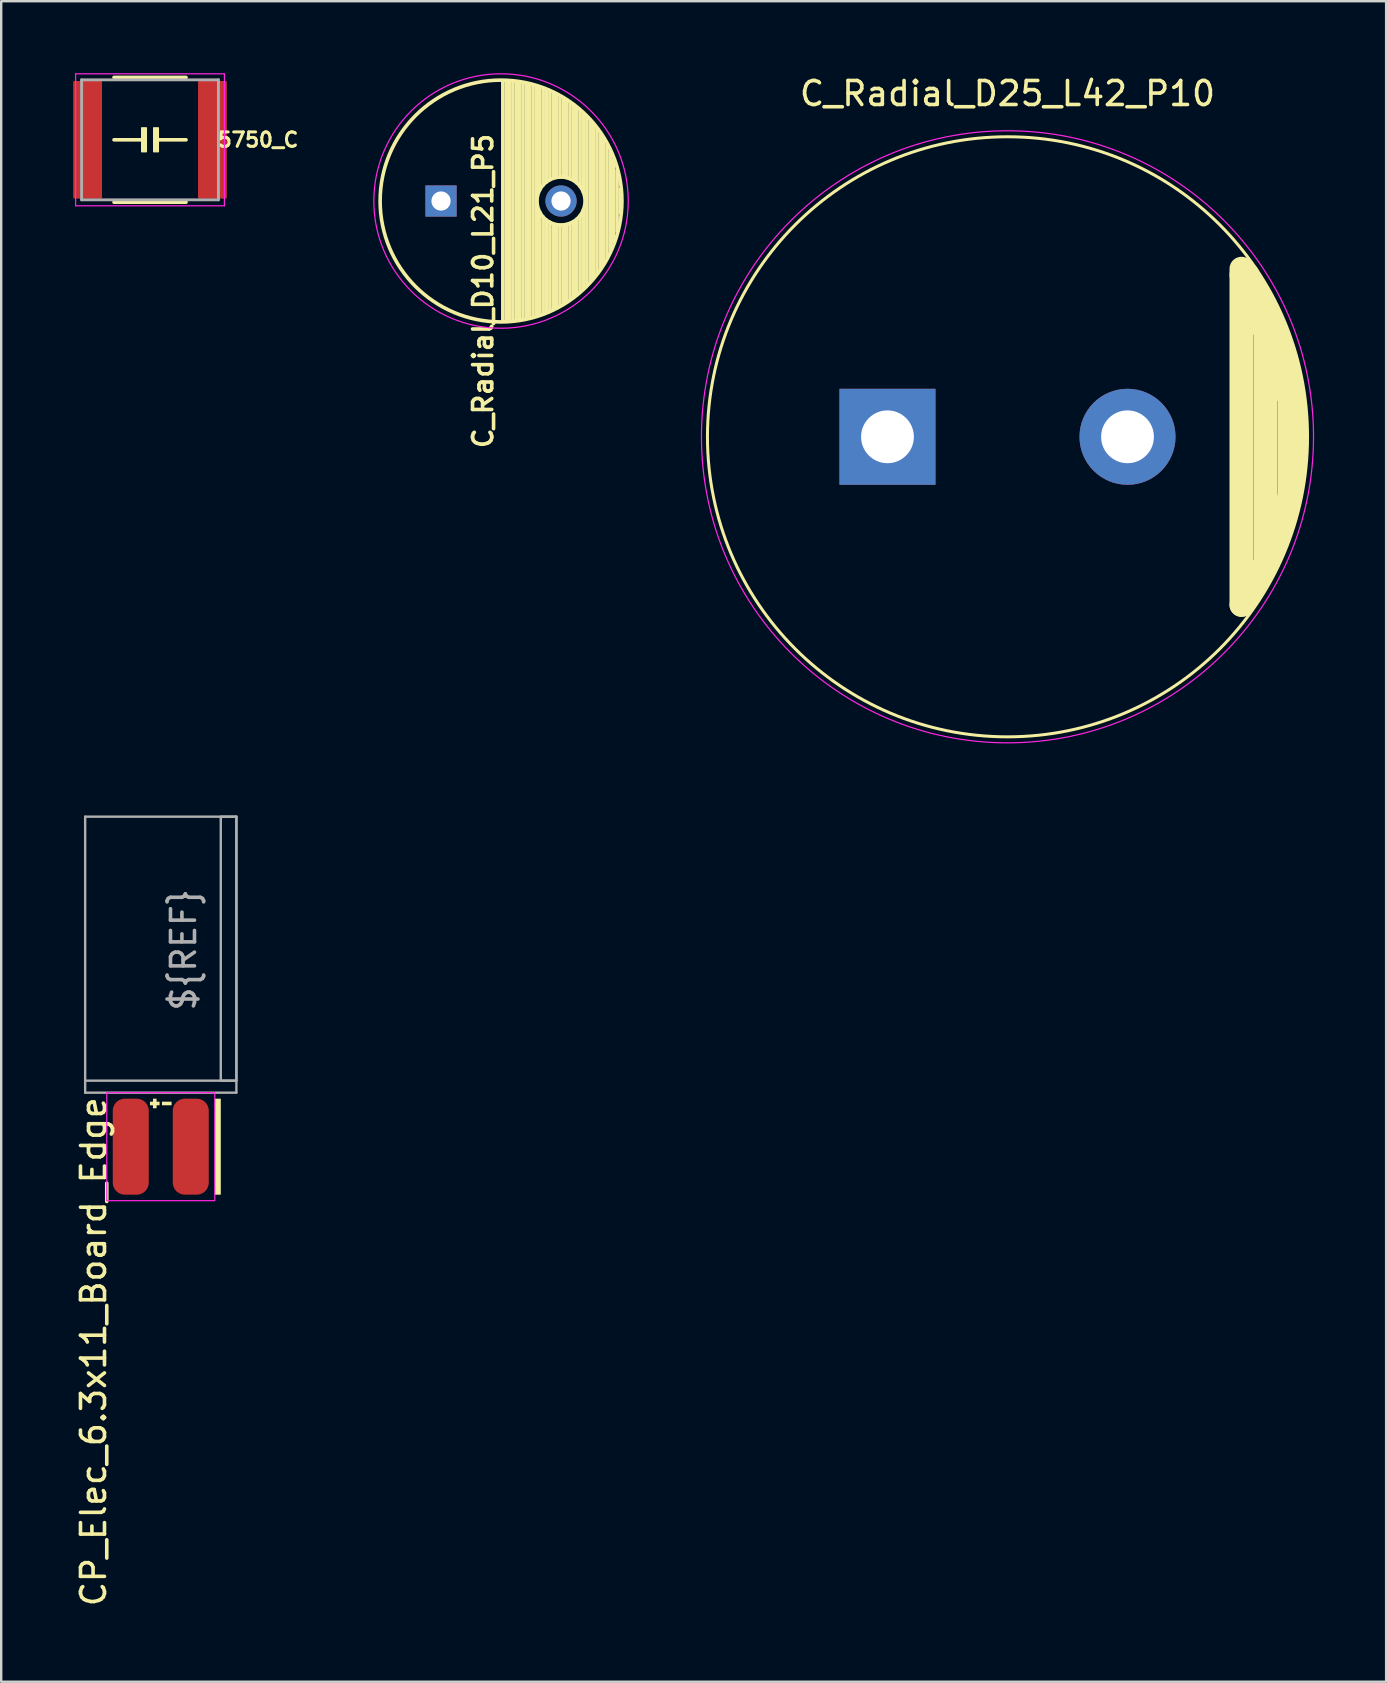
<source format=kicad_pcb>
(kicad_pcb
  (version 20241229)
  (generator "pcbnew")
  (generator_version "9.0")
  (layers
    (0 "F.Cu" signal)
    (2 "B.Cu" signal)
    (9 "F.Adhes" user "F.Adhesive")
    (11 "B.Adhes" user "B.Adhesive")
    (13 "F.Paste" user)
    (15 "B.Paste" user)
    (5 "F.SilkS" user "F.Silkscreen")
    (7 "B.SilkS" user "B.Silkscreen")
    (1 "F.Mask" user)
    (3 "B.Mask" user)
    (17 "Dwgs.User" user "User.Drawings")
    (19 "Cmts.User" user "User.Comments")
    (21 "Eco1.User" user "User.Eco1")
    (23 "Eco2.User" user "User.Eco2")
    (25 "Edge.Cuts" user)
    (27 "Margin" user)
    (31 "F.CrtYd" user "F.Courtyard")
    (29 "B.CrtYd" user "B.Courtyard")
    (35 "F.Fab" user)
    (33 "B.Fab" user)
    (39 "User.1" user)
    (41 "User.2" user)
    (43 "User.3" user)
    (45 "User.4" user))
  (footprint "5750_C"
    (layer "F.Cu")
    (at 3.2 2.775)
    (property "Reference" "5750_C" (at 4.5 0 0) (layer "F.SilkS") (effects (font (size 0.6 0.6) (thickness 0.125))))
    (attr smd)
    (fp_line (start -1.5 -2.6) (end 1.5 -2.6) (stroke (width 0.15) (type solid)) (layer "F.SilkS"))
    (fp_line (start -1.5 2.6) (end 1.5 2.6) (stroke (width 0.15) (type solid)) (layer "F.SilkS"))
    (fp_line (start -0.2 0) (end -1.5 0) (stroke (width 0.15) (type solid)) (layer "F.SilkS"))
    (fp_line (start 0.2 0) (end 1.5 0) (stroke (width 0.15) (type solid)) (layer "F.SilkS"))
    (fp_poly (pts (xy -0.35 -0.5) (xy -0.35 0.5) (xy -0.15 0.5) (xy -0.15 -0.5)) (stroke (width 0.05) (type solid)) (fill yes) (layer "F.SilkS"))
    (fp_poly (pts (xy 0.15 -0.5) (xy 0.15 0.5) (xy 0.35 0.5) (xy 0.35 -0.5)) (stroke (width 0.05) (type solid)) (fill yes) (layer "F.SilkS"))
    (fp_line (start -3.1 -2.75) (end -3.1 2.75) (stroke (width 0.05) (type solid)) (layer "F.CrtYd"))
    (fp_line (start -3.1 -2.75) (end 3.1 -2.75) (stroke (width 0.05) (type solid)) (layer "F.CrtYd"))
    (fp_line (start 3.1 -2.75) (end 3.1 2.75) (stroke (width 0.05) (type solid)) (layer "F.CrtYd"))
    (fp_line (start 3.1 2.75) (end -3.1 2.75) (stroke (width 0.05) (type solid)) (layer "F.CrtYd"))
    (fp_line (start -2.85 -2.5) (end 2.85 -2.5) (stroke (width 0.12) (type solid)) (layer "F.Fab"))
    (fp_line (start -2.85 2.5) (end -2.85 -2.5) (stroke (width 0.12) (type solid)) (layer "F.Fab"))
    (fp_line (start 2.85 -2.5) (end 2.85 2.5) (stroke (width 0.12) (type solid)) (layer "F.Fab"))
    (fp_line (start 2.85 2.5) (end -2.85 2.5) (stroke (width 0.12) (type solid)) (layer "F.Fab"))
    (pad "1" smd roundrect (at -2.6 0) (size 1.2 4.9) (layers "F.Cu" "F.Mask" "F.Paste") (roundrect_rratio 0.042))
    (pad "2" smd roundrect (at 2.6 0) (size 1.2 4.9) (layers "F.Cu" "F.Mask" "F.Paste") (roundrect_rratio 0.042)))
  (footprint "CP_Elec_6.3x11_Board_Edge"
    (layer "F.Cu")
    (at 3.648 42.473)
    (property "Reference" "CP_Elec_6.3x11_Board_Edge" (at -2.8 0.1 90) (unlocked yes) (layer "F.SilkS") (effects (font (size 1 1) (thickness 0.15)) (justify right)))
    (attr smd)
    (fp_poly (pts (xy 0.45 0.525) (xy 0.05 0.525) (xy 0.05 0.375) (xy 0.45 0.375)) (stroke (width 0) (type solid)) (fill yes) (layer "F.SilkS"))
    (fp_poly (pts (xy 2.5 4.25) (xy 2.25 4.25) (xy 2.25 0.25) (xy 2.5 0.25)) (stroke (width 0) (type solid)) (fill yes) (layer "F.SilkS"))
    (fp_poly (pts (xy -0.175 0.375) (xy -0.05 0.375) (xy -0.05 0.525) (xy -0.175 0.525) (xy -0.175 0.65) (xy -0.325 0.65) (xy -0.325 0.525) (xy -0.45 0.525) (xy -0.45 0.375) (xy -0.325 0.375) (xy -0.325 0.25) (xy -0.175 0.25)) (stroke (width 0) (type solid)) (fill yes) (layer "F.SilkS"))
    (fp_rect (start -2.25 0) (end 2.25 4.5) (stroke (width 0.05) (type solid)) (fill no) (layer "F.CrtYd"))
    (fp_line (start -3.15 -11.5) (end -3.15 0) (stroke (width 0.1) (type solid)) (layer "F.Fab"))
    (fp_line (start -3.15 -0.5) (end 3.15 -0.5) (stroke (width 0.1) (type solid)) (layer "F.Fab"))
    (fp_line (start -3.15 0) (end 3.15 0) (stroke (width 0.1) (type solid)) (layer "F.Fab"))
    (fp_line (start 3.15 -11.5) (end -3.15 -11.5) (stroke (width 0.1) (type solid)) (layer "F.Fab"))
    (fp_line (start 3.15 0) (end 3.15 -11.5) (stroke (width 0.1) (type solid)) (layer "F.Fab"))
    (fp_poly (pts (xy 3.15 -0.5) (xy 2.5 -0.5) (xy 2.5 -11.5) (xy 3.15 -11.5)) (stroke (width 0.1) (type solid)) (fill no) (layer "F.Fab"))
    (fp_text user "${REF}" (at 0.95 -5.95 90) (unlocked yes) (layer "F.Fab") (effects (font (size 1 1) (thickness 0.15))))
    (pad "1" connect roundrect (at -1.25 2.25) (size 1.5 4) (layers "F.Cu" "F.Mask") (roundrect_rratio 0.333))
    (pad "2" connect roundrect (at 1.25 2.25) (size 1.5 4) (layers "F.Cu" "F.Mask") (roundrect_rratio 0.333)))
  (footprint "C_Radial_D25_L42_P10"
    (layer "F.Cu")
    (at 38.924 15.148)
    (property "Reference" "C_Radial_D25_L42_P10" (at 0 -14.3 0) (layer "F.SilkS") (effects (font (size 1 1) (thickness 0.15))))
    (attr through_hole)
    (fp_line (start 9.75 -6.75) (end 10 -6.75) (stroke (width 1) (type solid)) (layer "F.SilkS"))
    (fp_line (start 9.75 7) (end 9.75 -7) (stroke (width 1) (type solid)) (layer "F.SilkS"))
    (fp_line (start 10.25 -4.75) (end 10.25 -6.25) (stroke (width 1) (type solid)) (layer "F.SilkS"))
    (fp_line (start 10.5 -5) (end 10.5 -5.75) (stroke (width 1) (type solid)) (layer "F.SilkS"))
    (fp_line (start 10.5 5.75) (end 9.75 7) (stroke (width 1) (type solid)) (layer "F.SilkS"))
    (fp_line (start 10.75 5.25) (end 10.75 -5.25) (stroke (width 1) (type solid)) (layer "F.SilkS"))
    (fp_line (start 11 -4.75) (end 10.25 -6.25) (stroke (width 1) (type solid)) (layer "F.SilkS"))
    (fp_line (start 11 -3.75) (end 11 -4.75) (stroke (width 1) (type solid)) (layer "F.SilkS"))
    (fp_line (start 11 4.75) (end 10.5 5.75) (stroke (width 1) (type solid)) (layer "F.SilkS"))
    (fp_line (start 11.25 -4) (end 11 -4.75) (stroke (width 1) (type solid)) (layer "F.SilkS"))
    (fp_line (start 11.25 -2) (end 11.25 -4.25) (stroke (width 1) (type solid)) (layer "F.SilkS"))
    (fp_line (start 11.5 3.5) (end 11 4.75) (stroke (width 1) (type solid)) (layer "F.SilkS"))
    (fp_line (start 11.75 -2.5) (end 11.25 -4.25) (stroke (width 1) (type solid)) (layer "F.SilkS"))
    (fp_line (start 11.75 -2.5) (end 11.75 2.5) (stroke (width 1) (type solid)) (layer "F.SilkS"))
    (fp_line (start 11.75 -2.5) (end 12 -0.5) (stroke (width 1) (type solid)) (layer "F.SilkS"))
    (fp_line (start 11.75 2.5) (end 11.5 3.5) (stroke (width 1) (type solid)) (layer "F.SilkS"))
    (fp_line (start 12 -0.5) (end 12 0.75) (stroke (width 1) (type solid)) (layer "F.SilkS"))
    (fp_line (start 12 0.75) (end 11.75 2.5) (stroke (width 1) (type solid)) (layer "F.SilkS"))
    (fp_circle (center 0 0) (end 0 -12.5) (stroke (width 0.125) (type solid)) (fill no) (layer "F.SilkS"))
    (fp_circle (center 0 0) (end 0 -12.75) (stroke (width 0.05) (type solid)) (fill no) (layer "F.CrtYd"))
    (pad "1" thru_hole rect (at -5 0) (size 4 4) (drill 2.2) (layers "*.Cu" "*.Mask"))
    (pad "2" thru_hole circle (at 5 0) (size 4 4) (drill 2.2) (layers "*.Cu" "*.Mask")))
  (footprint "C_Radial_D10_L21_P5"
    (layer "F.Cu")
    (at 17.824 5.325)
    (property "Reference" "C_Radial_D10_L21_P5" (at -0.75 3.75 90) (layer "F.SilkS") (effects (font (size 0.8 0.8) (thickness 0.15))))
    (attr through_hole)
    (fp_line (start 0.075 -4.999) (end 0.075 4.999) (stroke (width 0.15) (type solid)) (layer "F.SilkS"))
    (fp_line (start 0.215 -4.995) (end 0.215 4.995) (stroke (width 0.15) (type solid)) (layer "F.SilkS"))
    (fp_line (start 0.355 -4.987) (end 0.355 4.987) (stroke (width 0.15) (type solid)) (layer "F.SilkS"))
    (fp_line (start 0.495 -4.975) (end 0.495 4.975) (stroke (width 0.15) (type solid)) (layer "F.SilkS"))
    (fp_line (start 0.635 -4.96) (end 0.635 4.96) (stroke (width 0.15) (type solid)) (layer "F.SilkS"))
    (fp_line (start 0.775 -4.94) (end 0.775 4.94) (stroke (width 0.15) (type solid)) (layer "F.SilkS"))
    (fp_line (start 0.915 -4.916) (end 0.915 4.916) (stroke (width 0.15) (type solid)) (layer "F.SilkS"))
    (fp_line (start 1.055 -4.887) (end 1.055 4.887) (stroke (width 0.15) (type solid)) (layer "F.SilkS"))
    (fp_line (start 1.195 -4.855) (end 1.195 4.855) (stroke (width 0.15) (type solid)) (layer "F.SilkS"))
    (fp_line (start 1.335 -4.818) (end 1.335 4.818) (stroke (width 0.15) (type solid)) (layer "F.SilkS"))
    (fp_line (start 1.475 -4.777) (end 1.475 4.777) (stroke (width 0.15) (type solid)) (layer "F.SilkS"))
    (fp_line (start 1.615 -4.732) (end 1.615 -0.466) (stroke (width 0.15) (type solid)) (layer "F.SilkS"))
    (fp_line (start 1.615 0.466) (end 1.615 4.732) (stroke (width 0.15) (type solid)) (layer "F.SilkS"))
    (fp_line (start 1.755 -4.682) (end 1.755 -0.667) (stroke (width 0.15) (type solid)) (layer "F.SilkS"))
    (fp_line (start 1.755 0.667) (end 1.755 4.682) (stroke (width 0.15) (type solid)) (layer "F.SilkS"))
    (fp_line (start 1.895 -4.627) (end 1.895 -0.796) (stroke (width 0.15) (type solid)) (layer "F.SilkS"))
    (fp_line (start 1.895 0.796) (end 1.895 4.627) (stroke (width 0.15) (type solid)) (layer "F.SilkS"))
    (fp_line (start 2.035 -4.567) (end 2.035 -0.885) (stroke (width 0.15) (type solid)) (layer "F.SilkS"))
    (fp_line (start 2.035 0.885) (end 2.035 4.567) (stroke (width 0.15) (type solid)) (layer "F.SilkS"))
    (fp_line (start 2.175 -4.502) (end 2.175 -0.946) (stroke (width 0.15) (type solid)) (layer "F.SilkS"))
    (fp_line (start 2.175 0.946) (end 2.175 4.502) (stroke (width 0.15) (type solid)) (layer "F.SilkS"))
    (fp_line (start 2.315 -4.432) (end 2.315 -0.983) (stroke (width 0.15) (type solid)) (layer "F.SilkS"))
    (fp_line (start 2.315 0.983) (end 2.315 4.432) (stroke (width 0.15) (type solid)) (layer "F.SilkS"))
    (fp_line (start 2.455 -4.356) (end 2.455 -0.999) (stroke (width 0.15) (type solid)) (layer "F.SilkS"))
    (fp_line (start 2.455 0.999) (end 2.455 4.356) (stroke (width 0.15) (type solid)) (layer "F.SilkS"))
    (fp_line (start 2.595 -4.274) (end 2.595 -0.995) (stroke (width 0.15) (type solid)) (layer "F.SilkS"))
    (fp_line (start 2.595 0.995) (end 2.595 4.274) (stroke (width 0.15) (type solid)) (layer "F.SilkS"))
    (fp_line (start 2.735 -4.186) (end 2.735 -0.972) (stroke (width 0.15) (type solid)) (layer "F.SilkS"))
    (fp_line (start 2.735 0.972) (end 2.735 4.186) (stroke (width 0.15) (type solid)) (layer "F.SilkS"))
    (fp_line (start 2.875 -4.091) (end 2.875 -0.927) (stroke (width 0.15) (type solid)) (layer "F.SilkS"))
    (fp_line (start 2.875 0.927) (end 2.875 4.091) (stroke (width 0.15) (type solid)) (layer "F.SilkS"))
    (fp_line (start 3.015 -3.989) (end 3.015 -0.857) (stroke (width 0.15) (type solid)) (layer "F.SilkS"))
    (fp_line (start 3.015 0.857) (end 3.015 3.989) (stroke (width 0.15) (type solid)) (layer "F.SilkS"))
    (fp_line (start 3.155 -3.879) (end 3.155 -0.756) (stroke (width 0.15) (type solid)) (layer "F.SilkS"))
    (fp_line (start 3.155 0.756) (end 3.155 3.879) (stroke (width 0.15) (type solid)) (layer "F.SilkS"))
    (fp_line (start 3.295 -3.761) (end 3.295 -0.607) (stroke (width 0.15) (type solid)) (layer "F.SilkS"))
    (fp_line (start 3.295 0.607) (end 3.295 3.761) (stroke (width 0.15) (type solid)) (layer "F.SilkS"))
    (fp_line (start 3.435 -3.633) (end 3.435 -0.355) (stroke (width 0.15) (type solid)) (layer "F.SilkS"))
    (fp_line (start 3.435 0.355) (end 3.435 3.633) (stroke (width 0.15) (type solid)) (layer "F.SilkS"))
    (fp_line (start 3.575 -3.496) (end 3.575 3.496) (stroke (width 0.15) (type solid)) (layer "F.SilkS"))
    (fp_line (start 3.715 -3.346) (end 3.715 3.346) (stroke (width 0.15) (type solid)) (layer "F.SilkS"))
    (fp_line (start 3.855 -3.184) (end 3.855 3.184) (stroke (width 0.15) (type solid)) (layer "F.SilkS"))
    (fp_line (start 3.995 -3.007) (end 3.995 3.007) (stroke (width 0.15) (type solid)) (layer "F.SilkS"))
    (fp_line (start 4.135 -2.811) (end 4.135 2.811) (stroke (width 0.15) (type solid)) (layer "F.SilkS"))
    (fp_line (start 4.275 -2.593) (end 4.275 2.593) (stroke (width 0.15) (type solid)) (layer "F.SilkS"))
    (fp_line (start 4.415 -2.347) (end 4.415 2.347) (stroke (width 0.15) (type solid)) (layer "F.SilkS"))
    (fp_line (start 4.555 -2.062) (end 4.555 2.062) (stroke (width 0.15) (type solid)) (layer "F.SilkS"))
    (fp_line (start 4.695 -1.72) (end 4.695 1.72) (stroke (width 0.15) (type solid)) (layer "F.SilkS"))
    (fp_line (start 4.835 -1.274) (end 4.835 1.274) (stroke (width 0.15) (type solid)) (layer "F.SilkS"))
    (fp_line (start 4.975 -0.499) (end 4.975 0.499) (stroke (width 0.15) (type solid)) (layer "F.SilkS"))
    (fp_circle (center 0 0) (end 0 -5.037) (stroke (width 0.15) (type solid)) (fill no) (layer "F.SilkS"))
    (fp_circle (center 2.5 0) (end 2.5 -1) (stroke (width 0.15) (type solid)) (fill no) (layer "F.SilkS"))
    (fp_circle (center 0 0) (end 0 -5.3) (stroke (width 0.05) (type solid)) (fill no) (layer "F.CrtYd"))
    (pad "1" thru_hole rect (at -2.5 0) (size 1.3 1.3) (drill 0.8) (layers "*.Cu" "*.Mask"))
    (pad "2" thru_hole circle (at 2.5 0) (size 1.3 1.3) (drill 0.8) (layers "*.Cu" "*.Mask")))
  (gr_rect
    (start -3 -3)
    (end 54.699 67.014)
    (stroke (width 0.1) (type default))
    (fill no)
    (layer "Edge.Cuts")))
</source>
